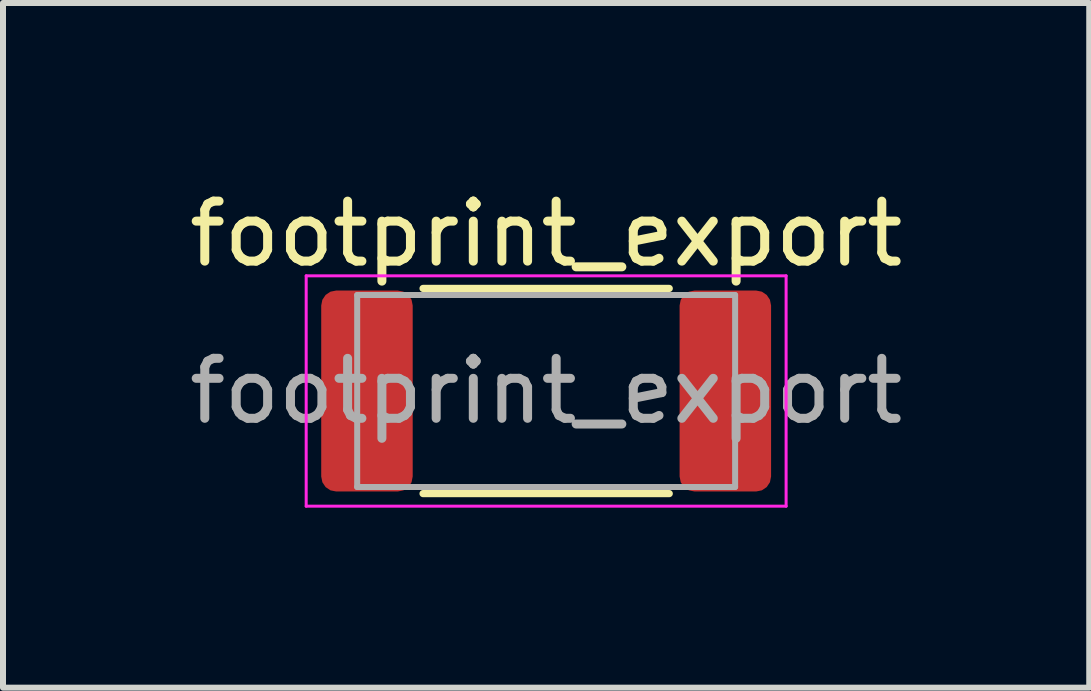
<source format=kicad_pcb>
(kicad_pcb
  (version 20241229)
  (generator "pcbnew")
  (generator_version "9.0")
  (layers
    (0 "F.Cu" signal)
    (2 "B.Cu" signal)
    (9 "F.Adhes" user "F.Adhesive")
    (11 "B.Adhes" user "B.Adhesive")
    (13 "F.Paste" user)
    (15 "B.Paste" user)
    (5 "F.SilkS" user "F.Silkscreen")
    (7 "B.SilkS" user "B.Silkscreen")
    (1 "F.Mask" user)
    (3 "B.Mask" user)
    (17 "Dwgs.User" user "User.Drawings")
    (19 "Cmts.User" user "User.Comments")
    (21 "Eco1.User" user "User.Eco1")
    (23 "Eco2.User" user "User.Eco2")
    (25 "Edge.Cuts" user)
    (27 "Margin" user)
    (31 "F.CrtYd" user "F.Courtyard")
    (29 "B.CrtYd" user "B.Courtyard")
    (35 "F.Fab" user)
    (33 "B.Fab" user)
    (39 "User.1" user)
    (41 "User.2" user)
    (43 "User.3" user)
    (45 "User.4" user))
  (footprint "footprint_export"
    (layer "F.Cu")
    (at 6.054 3.468)
    (property "Reference" "footprint_export" (at 0 -2.62 0) (layer "F.SilkS") (effects (font (size 1 1) (thickness 0.15))))
    (attr smd)
    (fp_line (start -2.052 -1.71) (end 2.052 -1.71) (stroke (width 0.12) (type solid)) (layer "F.SilkS"))
    (fp_line (start -2.052 1.71) (end 2.052 1.71) (stroke (width 0.12) (type solid)) (layer "F.SilkS"))
    (fp_line (start -4 -1.92) (end 4 -1.92) (stroke (width 0.05) (type solid)) (layer "F.CrtYd"))
    (fp_line (start -4 1.92) (end -4 -1.92) (stroke (width 0.05) (type solid)) (layer "F.CrtYd"))
    (fp_line (start 4 -1.92) (end 4 1.92) (stroke (width 0.05) (type solid)) (layer "F.CrtYd"))
    (fp_line (start 4 1.92) (end -4 1.92) (stroke (width 0.05) (type solid)) (layer "F.CrtYd"))
    (fp_line (start -3.15 -1.6) (end 3.15 -1.6) (stroke (width 0.1) (type solid)) (layer "F.Fab"))
    (fp_line (start -3.15 1.6) (end -3.15 -1.6) (stroke (width 0.1) (type solid)) (layer "F.Fab"))
    (fp_line (start 3.15 -1.6) (end 3.15 1.6) (stroke (width 0.1) (type solid)) (layer "F.Fab"))
    (fp_line (start 3.15 1.6) (end -3.15 1.6) (stroke (width 0.1) (type solid)) (layer "F.Fab"))
    (fp_text user "${REFERENCE}" (at 0 0 0) (layer "F.Fab") (effects (font (size 1 1) (thickness 0.15))))
    (pad "1" smd roundrect (at -2.987 0) (size 1.525 3.35) (layers "F.Cu" "F.Mask" "F.Paste") (roundrect_rratio 0.164))
    (pad "2" smd roundrect (at 2.987 0) (size 1.525 3.35) (layers "F.Cu" "F.Mask" "F.Paste") (roundrect_rratio 0.164)))
  (gr_rect
    (start -3 -3)
    (end 15.107 8.413)
    (stroke (width 0.1) (type default))
    (fill no)
    (layer "Edge.Cuts")))
</source>
